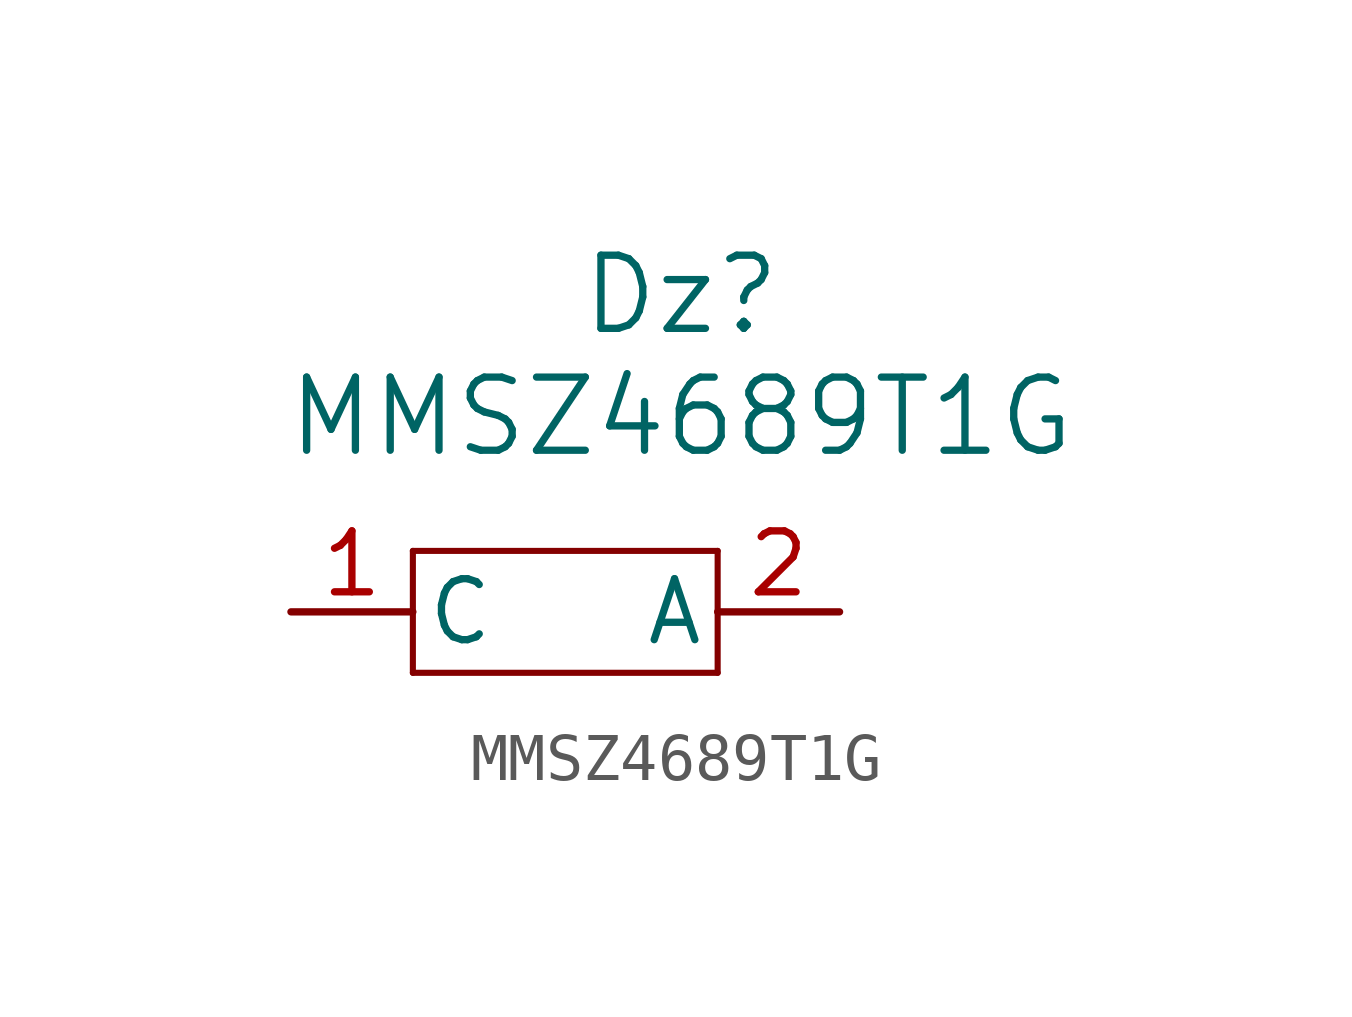
<source format=kicad_sym>
(kicad_symbol_lib
  (version 20241209)
  (generator "kicad_symbol_editor")
  (generator_version "9.0")
  (symbol "MMSZ4689T1G"
    (pin_names
      (offset 0.254))
    (property "Reference" "Dz"
      (at 13.208 6.604 0)
      (effects (font (size 1.524 1.524))))
    (property "Value" "MMSZ4689T1G"
      (at 13.208 4.064 0)
      (effects (font (size 1.524 1.524))))
    (property "ki_locked" ""
      (at 0 0 0)
      (effects (font (size 1.27 1.27))))
    (symbol "MMSZ4689T1G_0_1"
      (polyline (pts (xy 7.62 1.27) (xy 7.62 -1.27)) (stroke (width 0.127) (type default)) (fill (type none)))
      (polyline (pts (xy 7.62 -1.27) (xy 13.97 -1.27)) (stroke (width 0.127) (type default)) (fill (type none)))
      (polyline (pts (xy 13.97 1.27) (xy 7.62 1.27)) (stroke (width 0.127) (type default)) (fill (type none)))
      (polyline (pts (xy 13.97 -1.27) (xy 13.97 1.27)) (stroke (width 0.127) (type default)) (fill (type none))))
    (symbol "MMSZ4689T1G_1_1"
      (pin unspecified line (at 5.08 0 0) (length 2.54) (name "C" (effects (font (size 1.27 1.27)))) (number "1" (effects (font (size 1.27 1.27)))))
      (pin unspecified line (at 16.51 0 180) (length 2.54) (name "A" (effects (font (size 1.27 1.27)))) (number "2" (effects (font (size 1.27 1.27))))))))
</source>
